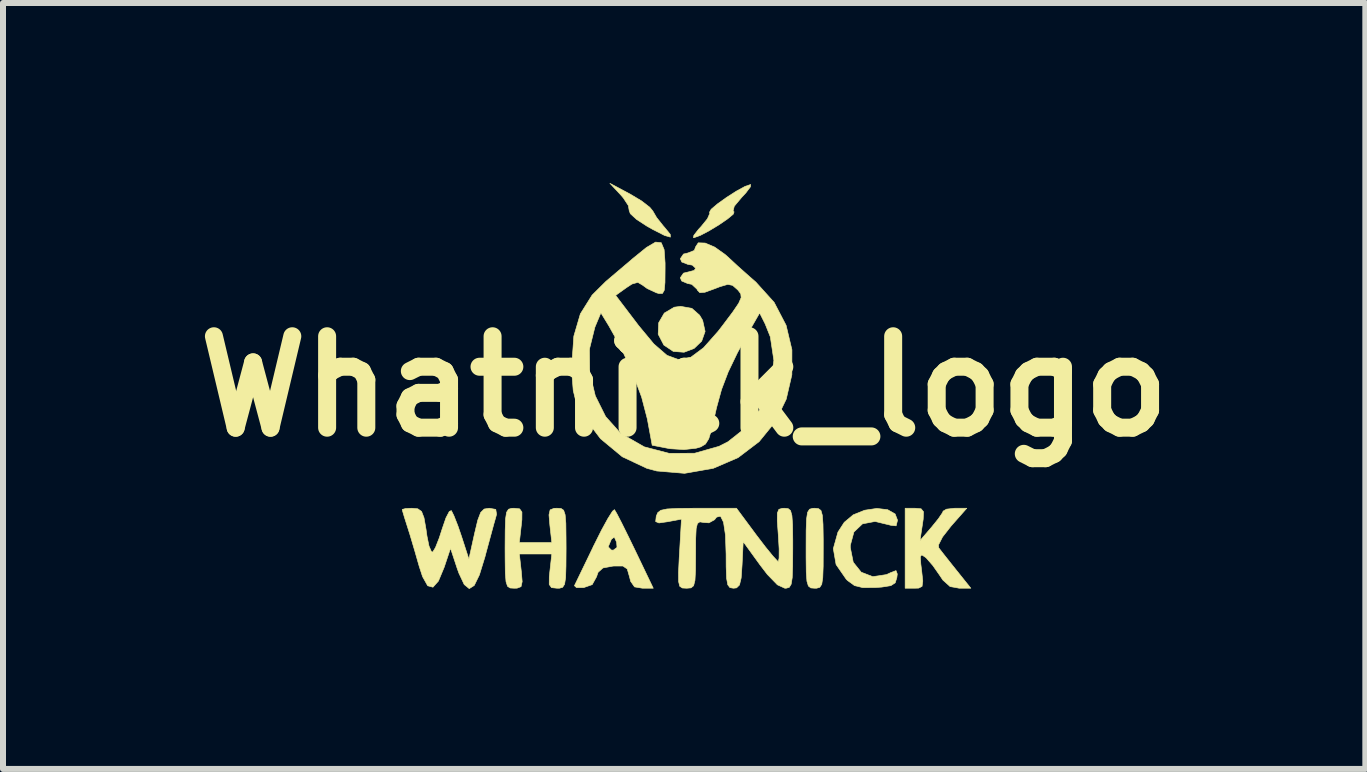
<source format=kicad_pcb>
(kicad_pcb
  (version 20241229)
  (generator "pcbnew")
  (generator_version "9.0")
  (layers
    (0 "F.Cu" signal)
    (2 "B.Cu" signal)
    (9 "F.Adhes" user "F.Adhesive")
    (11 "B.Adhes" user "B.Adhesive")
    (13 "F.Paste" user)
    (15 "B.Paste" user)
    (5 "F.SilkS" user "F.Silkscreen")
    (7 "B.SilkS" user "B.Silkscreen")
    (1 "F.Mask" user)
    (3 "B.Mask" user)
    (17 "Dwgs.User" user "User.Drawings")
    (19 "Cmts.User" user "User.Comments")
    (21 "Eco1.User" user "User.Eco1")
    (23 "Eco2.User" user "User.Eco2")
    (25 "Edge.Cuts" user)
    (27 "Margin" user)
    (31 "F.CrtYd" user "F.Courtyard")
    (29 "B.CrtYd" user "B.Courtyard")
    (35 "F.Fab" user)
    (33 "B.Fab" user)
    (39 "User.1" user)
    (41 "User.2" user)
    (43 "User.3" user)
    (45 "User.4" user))
  (footprint "Whatnick_logo"
    (layer "F.Cu")
    (at 8.353 3.389)
    (property "Reference" "Whatnick_logo" (at 0 0 0) (layer "F.SilkS") (effects (font (size 1.524 1.524) (thickness 0.3))))
    (attr through_hole)
    (fp_poly (pts (xy 0.128 -1.3) (xy 0.257 -1.186) (xy 0.308 -1.1) (xy 0.349 -0.915) (xy 0.292 -0.753) (xy 0.165 -0.631) (xy -0.002 -0.568) (xy -0.181 -0.582) (xy -0.339 -0.688) (xy -0.433 -0.869) (xy -0.425 -1.059) (xy -0.331 -1.221) (xy -0.165 -1.319) (xy -0.059 -1.333) (xy 0.128 -1.3)) (stroke (width 0.01) (type solid)) (fill yes) (layer "F.SilkS"))
    (fp_poly (pts (xy -0.897 -3.202) (xy -0.71 -3.09) (xy -0.573 -2.984) (xy -0.523 -2.923) (xy -0.459 -2.813) (xy -0.346 -2.671) (xy -0.328 -2.651) (xy -0.232 -2.533) (xy -0.23 -2.487) (xy -0.325 -2.514) (xy -0.52 -2.613) (xy -0.621 -2.67) (xy -0.792 -2.781) (xy -0.897 -2.877) (xy -0.916 -2.929) (xy -0.93 -3.012) (xy -1.014 -3.14) (xy -1.057 -3.19) (xy -1.238 -3.384) (xy -0.897 -3.202)) (stroke (width 0.01) (type solid)) (fill yes) (layer "F.SilkS"))
    (fp_poly (pts (xy 2.238 2.038) (xy 2.28 2.069) (xy 2.303 2.15) (xy 2.314 2.301) (xy 2.318 2.547) (xy 2.318 2.699) (xy 2.317 2.996) (xy 2.31 3.188) (xy 2.293 3.299) (xy 2.26 3.35) (xy 2.207 3.365) (xy 2.175 3.365) (xy 2.111 3.36) (xy 2.07 3.328) (xy 2.046 3.248) (xy 2.035 3.096) (xy 2.032 2.85) (xy 2.032 2.699) (xy 2.033 2.402) (xy 2.04 2.21) (xy 2.057 2.099) (xy 2.09 2.048) (xy 2.142 2.033) (xy 2.175 2.032) (xy 2.238 2.038)) (stroke (width 0.01) (type solid)) (fill yes) (layer "F.SilkS"))
    (fp_poly (pts (xy 1.104 -3.325) (xy 1.028 -3.224) (xy 0.959 -3.15) (xy 0.835 -3.002) (xy 0.815 -2.92) (xy 0.832 -2.908) (xy 0.818 -2.869) (xy 0.724 -2.791) (xy 0.58 -2.692) (xy 0.418 -2.594) (xy 0.27 -2.516) (xy 0.166 -2.478) (xy 0.155 -2.477) (xy 0.161 -2.516) (xy 0.239 -2.616) (xy 0.285 -2.666) (xy 0.388 -2.793) (xy 0.428 -2.884) (xy 0.422 -2.901) (xy 0.45 -2.951) (xy 0.556 -3.041) (xy 0.707 -3.149) (xy 0.871 -3.254) (xy 1.016 -3.333) (xy 1.108 -3.364) (xy 1.104 -3.325)) (stroke (width 0.01) (type solid)) (fill yes) (layer "F.SilkS"))
    (fp_poly (pts (xy 3.391 2.056) (xy 3.516 2.127) (xy 3.556 2.231) (xy 3.533 2.325) (xy 3.446 2.317) (xy 3.445 2.316) (xy 3.182 2.252) (xy 2.972 2.292) (xy 2.829 2.428) (xy 2.769 2.651) (xy 2.769 2.687) (xy 2.818 2.932) (xy 2.951 3.098) (xy 3.143 3.172) (xy 3.371 3.138) (xy 3.438 3.107) (xy 3.531 3.071) (xy 3.552 3.128) (xy 3.545 3.186) (xy 3.518 3.274) (xy 3.445 3.322) (xy 3.293 3.346) (xy 3.191 3.353) (xy 2.978 3.355) (xy 2.839 3.321) (xy 2.724 3.237) (xy 2.702 3.216) (xy 2.532 2.97) (xy 2.486 2.705) (xy 2.563 2.43) (xy 2.668 2.267) (xy 2.817 2.142) (xy 3.008 2.065) (xy 3.211 2.035) (xy 3.391 2.056)) (stroke (width 0.01) (type solid)) (fill yes) (layer "F.SilkS"))
    (fp_poly (pts (xy -1.121 2.124) (xy -1.039 2.283) (xy -0.928 2.507) (xy -0.82 2.729) (xy -0.515 3.365) (xy -0.694 3.365) (xy -0.827 3.343) (xy -0.892 3.25) (xy -0.912 3.171) (xy -0.949 3.044) (xy -1.021 2.995) (xy -1.171 2.995) (xy -1.187 2.996) (xy -1.354 3.027) (xy -1.435 3.1) (xy -1.461 3.175) (xy -1.533 3.305) (xy -1.676 3.355) (xy -1.795 3.354) (xy -1.829 3.323) (xy -1.792 3.247) (xy -1.713 3.083) (xy -1.603 2.856) (xy -1.516 2.675) (xy -1.266 2.675) (xy -1.215 2.728) (xy -1.181 2.731) (xy -1.119 2.684) (xy -1.126 2.598) (xy -1.164 2.513) (xy -1.211 2.546) (xy -1.214 2.551) (xy -1.266 2.675) (xy -1.516 2.675) (xy -1.501 2.644) (xy -1.377 2.396) (xy -1.27 2.201) (xy -1.194 2.081) (xy -1.162 2.055) (xy -1.121 2.124)) (stroke (width 0.01) (type solid)) (fill yes) (layer "F.SilkS"))
    (fp_poly (pts (xy 3.949 2.041) (xy 3.989 2.09) (xy 3.984 2.214) (xy 3.971 2.302) (xy 3.93 2.572) (xy 4.122 2.349) (xy 4.237 2.207) (xy 4.307 2.104) (xy 4.316 2.08) (xy 4.373 2.047) (xy 4.508 2.032) (xy 4.514 2.032) (xy 4.71 2.032) (xy 4.45 2.327) (xy 4.306 2.511) (xy 4.239 2.643) (xy 4.243 2.692) (xy 4.309 2.777) (xy 4.426 2.925) (xy 4.537 3.064) (xy 4.778 3.365) (xy 4.585 3.365) (xy 4.432 3.337) (xy 4.312 3.229) (xy 4.259 3.15) (xy 4.145 2.987) (xy 4.037 2.863) (xy 4.021 2.849) (xy 3.96 2.809) (xy 3.936 2.838) (xy 3.944 2.96) (xy 3.957 3.064) (xy 3.977 3.245) (xy 3.965 3.334) (xy 3.908 3.363) (xy 3.841 3.365) (xy 3.683 3.365) (xy 3.683 2.032) (xy 3.847 2.032) (xy 3.949 2.041)) (stroke (width 0.01) (type solid)) (fill yes) (layer "F.SilkS"))
    (fp_poly (pts (xy -2.052 2.036) (xy -2.009 2.065) (xy -1.984 2.14) (xy -1.972 2.284) (xy -1.969 2.521) (xy -1.968 2.699) (xy -1.97 2.995) (xy -1.976 3.188) (xy -1.993 3.298) (xy -2.026 3.35) (xy -2.079 3.365) (xy -2.119 3.365) (xy -2.211 3.355) (xy -2.249 3.302) (xy -2.248 3.173) (xy -2.238 3.08) (xy -2.206 2.794) (xy -2.747 2.794) (xy -2.715 3.08) (xy -2.7 3.255) (xy -2.719 3.339) (xy -2.785 3.364) (xy -2.834 3.365) (xy -2.901 3.361) (xy -2.944 3.333) (xy -2.969 3.257) (xy -2.981 3.113) (xy -2.984 2.877) (xy -2.985 2.699) (xy -2.983 2.402) (xy -2.977 2.21) (xy -2.96 2.099) (xy -2.927 2.048) (xy -2.874 2.033) (xy -2.834 2.032) (xy -2.742 2.042) (xy -2.704 2.095) (xy -2.705 2.225) (xy -2.715 2.318) (xy -2.747 2.603) (xy -2.206 2.603) (xy -2.238 2.318) (xy -2.253 2.142) (xy -2.234 2.059) (xy -2.168 2.033) (xy -2.119 2.032) (xy -2.052 2.036)) (stroke (width 0.01) (type solid)) (fill yes) (layer "F.SilkS"))
    (fp_poly (pts (xy -3.14 2.051) (xy -3.127 2.132) (xy -3.138 2.175) (xy -3.174 2.301) (xy -3.231 2.511) (xy -3.3 2.765) (xy -3.32 2.842) (xy -3.413 3.143) (xy -3.499 3.319) (xy -3.582 3.372) (xy -3.666 3.303) (xy -3.755 3.113) (xy -3.784 3.032) (xy -3.894 2.699) (xy -4 3.016) (xy -4.096 3.246) (xy -4.187 3.348) (xy -4.275 3.324) (xy -4.36 3.172) (xy -4.415 3.004) (xy -4.49 2.743) (xy -4.568 2.48) (xy -4.608 2.354) (xy -4.662 2.184) (xy -4.695 2.073) (xy -4.699 2.052) (xy -4.644 2.037) (xy -4.538 2.032) (xy -4.44 2.041) (xy -4.377 2.085) (xy -4.336 2.191) (xy -4.302 2.385) (xy -4.287 2.494) (xy -4.253 2.662) (xy -4.213 2.755) (xy -4.191 2.762) (xy -4.145 2.687) (xy -4.082 2.527) (xy -4.032 2.372) (xy -3.97 2.192) (xy -3.914 2.085) (xy -3.88 2.071) (xy -3.837 2.158) (xy -3.771 2.326) (xy -3.71 2.504) (xy -3.588 2.88) (xy -3.494 2.456) (xy -3.44 2.23) (xy -3.391 2.102) (xy -3.333 2.045) (xy -3.249 2.032) (xy -3.249 2.032) (xy -3.14 2.051)) (stroke (width 0.01) (type solid)) (fill yes) (layer "F.SilkS"))
    (fp_poly (pts (xy 1.202 2.477) (xy 1.354 2.676) (xy 1.479 2.829) (xy 1.556 2.912) (xy 1.569 2.921) (xy 1.582 2.863) (xy 1.583 2.711) (xy 1.57 2.496) (xy 1.569 2.477) (xy 1.552 2.245) (xy 1.553 2.112) (xy 1.579 2.05) (xy 1.637 2.033) (xy 1.671 2.032) (xy 1.733 2.038) (xy 1.773 2.071) (xy 1.796 2.155) (xy 1.807 2.31) (xy 1.81 2.561) (xy 1.81 2.699) (xy 1.808 2.996) (xy 1.801 3.189) (xy 1.783 3.299) (xy 1.751 3.351) (xy 1.699 3.365) (xy 1.678 3.365) (xy 1.554 3.308) (xy 1.387 3.136) (xy 1.265 2.977) (xy 0.984 2.589) (xy 0.965 2.977) (xy 0.95 3.194) (xy 0.922 3.311) (xy 0.873 3.359) (xy 0.822 3.365) (xy 0.763 3.355) (xy 0.727 3.308) (xy 0.707 3.2) (xy 0.7 3.007) (xy 0.699 2.798) (xy 0.688 2.478) (xy 0.656 2.265) (xy 0.606 2.164) (xy 0.54 2.18) (xy 0.507 2.223) (xy 0.413 2.275) (xy 0.324 2.269) (xy 0.261 2.259) (xy 0.221 2.286) (xy 0.2 2.371) (xy 0.192 2.538) (xy 0.191 2.8) (xy 0.189 3.069) (xy 0.18 3.235) (xy 0.157 3.324) (xy 0.114 3.359) (xy 0.044 3.365) (xy 0.04 3.365) (xy -0.031 3.361) (xy -0.074 3.332) (xy -0.093 3.253) (xy -0.094 3.101) (xy -0.082 2.852) (xy -0.078 2.789) (xy -0.045 2.213) (xy -0.272 2.256) (xy -0.42 2.277) (xy -0.475 2.254) (xy -0.466 2.172) (xy -0.465 2.165) (xy -0.44 2.105) (xy -0.389 2.066) (xy -0.286 2.044) (xy -0.108 2.035) (xy 0.168 2.032) (xy 0.221 2.032) (xy 0.872 2.032) (xy 1.202 2.477)) (stroke (width 0.01) (type solid)) (fill yes) (layer "F.SilkS"))
    (fp_poly (pts (xy -0.382 -2.394) (xy -0.334 -2.279) (xy -0.318 -2.056) (xy -0.318 -1.964) (xy -0.32 -1.731) (xy -0.332 -1.601) (xy -0.362 -1.548) (xy -0.421 -1.547) (xy -0.46 -1.558) (xy -0.616 -1.63) (xy -0.693 -1.686) (xy -0.772 -1.733) (xy -0.87 -1.705) (xy -0.963 -1.644) (xy -1.142 -1.516) (xy -0.759 -1.012) (xy -0.506 -0.707) (xy -0.287 -0.517) (xy -0.087 -0.443) (xy 0.111 -0.485) (xy 0.323 -0.643) (xy 0.566 -0.917) (xy 0.643 -1.017) (xy 0.81 -1.239) (xy 0.909 -1.385) (xy 0.95 -1.479) (xy 0.943 -1.543) (xy 0.898 -1.602) (xy 0.888 -1.612) (xy 0.807 -1.683) (xy 0.726 -1.699) (xy 0.596 -1.661) (xy 0.511 -1.628) (xy 0.346 -1.568) (xy 0.261 -1.561) (xy 0.219 -1.605) (xy 0.214 -1.619) (xy 0.127 -1.7) (xy 0.057 -1.714) (xy -0.042 -1.756) (xy -0.064 -1.81) (xy -0.011 -1.887) (xy 0.064 -1.905) (xy 0.167 -1.932) (xy 0.191 -1.968) (xy 0.137 -2.02) (xy 0.064 -2.032) (xy -0.04 -2.072) (xy -0.064 -2.127) (xy -0.011 -2.205) (xy 0.064 -2.223) (xy 0.169 -2.265) (xy 0.191 -2.325) (xy 0.235 -2.392) (xy 0.35 -2.388) (xy 0.508 -2.321) (xy 0.68 -2.199) (xy 0.728 -2.157) (xy 0.892 -2.005) (xy 1.093 -1.826) (xy 1.195 -1.737) (xy 1.5 -1.399) (xy 1.699 -1.017) (xy 1.796 -0.609) (xy 1.795 -0.192) (xy 1.701 0.214) (xy 1.518 0.592) (xy 1.249 0.922) (xy 0.899 1.188) (xy 0.486 1.366) (xy 0.007 1.45) (xy -0.457 1.411) (xy -0.621 1.367) (xy -1.031 1.174) (xy -1.394 0.873) (xy -1.692 0.48) (xy -1.73 0.413) (xy -1.805 0.25) (xy -1.849 0.069) (xy -1.868 -0.171) (xy -1.872 -0.381) (xy -1.854 -0.62) (xy -1.579 -0.62) (xy -1.574 -0.227) (xy -1.481 0.159) (xy -1.309 0.504) (xy -1.066 0.775) (xy -1.044 0.792) (xy -0.664 1.009) (xy -0.249 1.117) (xy 0.175 1.115) (xy 0.581 1) (xy 0.73 0.924) (xy 1.056 0.666) (xy 1.297 0.338) (xy 1.446 -0.036) (xy 1.495 -0.432) (xy 1.436 -0.825) (xy 1.35 -1.04) (xy 1.258 -1.223) (xy 1.099 -0.945) (xy 0.888 -0.56) (xy 0.734 -0.24) (xy 0.623 0.052) (xy 0.54 0.354) (xy 0.515 0.465) (xy 0.457 0.718) (xy 0.41 0.874) (xy 0.355 0.962) (xy 0.279 1.008) (xy 0.198 1.032) (xy -0.003 1.054) (xy -0.232 1.04) (xy -0.271 1.033) (xy -0.533 0.982) (xy -0.614 0.544) (xy -0.709 0.18) (xy -0.865 -0.237) (xy -1.063 -0.664) (xy -1.256 -1.009) (xy -1.388 -1.225) (xy -1.488 -0.986) (xy -1.579 -0.62) (xy -1.854 -0.62) (xy -1.839 -0.836) (xy -1.73 -1.208) (xy -1.534 -1.521) (xy -1.304 -1.749) (xy -1.111 -1.913) (xy -0.922 -2.073) (xy -0.857 -2.129) (xy -0.629 -2.314) (xy -0.476 -2.404) (xy -0.382 -2.394)) (stroke (width 0.01) (type solid)) (fill yes) (layer "F.SilkS")))
  (gr_rect
    (start -3 -3)
    (end 19.706 9.766)
    (stroke (width 0.1) (type default))
    (fill no)
    (layer "Edge.Cuts")))
</source>
